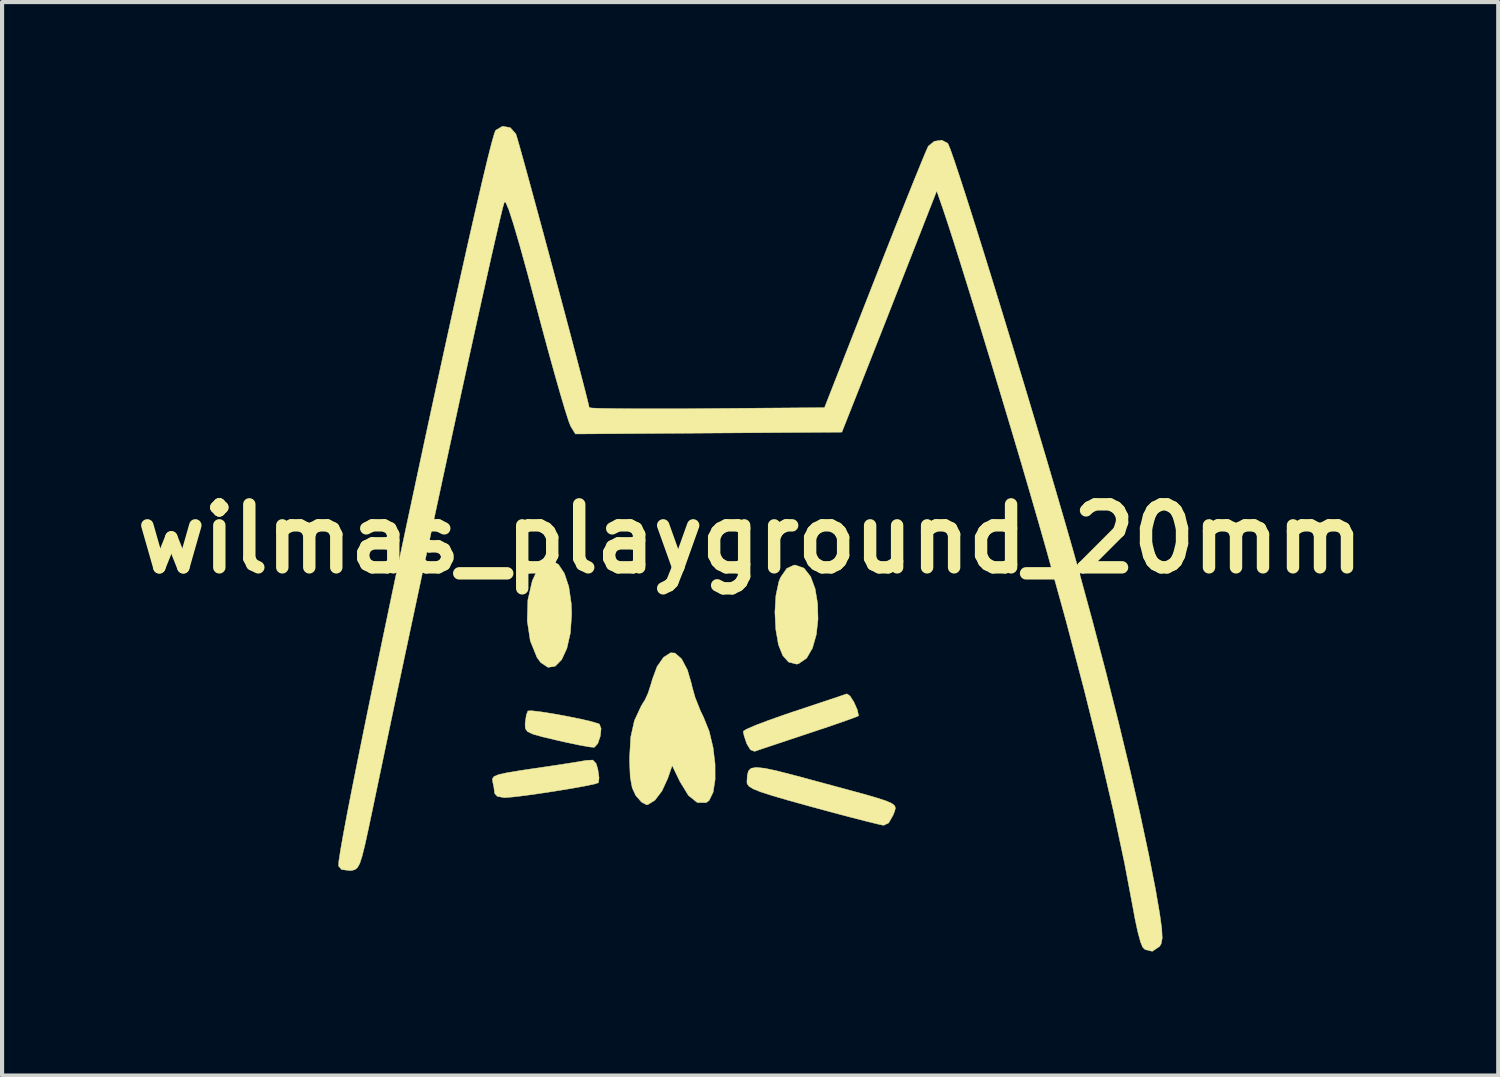
<source format=kicad_pcb>
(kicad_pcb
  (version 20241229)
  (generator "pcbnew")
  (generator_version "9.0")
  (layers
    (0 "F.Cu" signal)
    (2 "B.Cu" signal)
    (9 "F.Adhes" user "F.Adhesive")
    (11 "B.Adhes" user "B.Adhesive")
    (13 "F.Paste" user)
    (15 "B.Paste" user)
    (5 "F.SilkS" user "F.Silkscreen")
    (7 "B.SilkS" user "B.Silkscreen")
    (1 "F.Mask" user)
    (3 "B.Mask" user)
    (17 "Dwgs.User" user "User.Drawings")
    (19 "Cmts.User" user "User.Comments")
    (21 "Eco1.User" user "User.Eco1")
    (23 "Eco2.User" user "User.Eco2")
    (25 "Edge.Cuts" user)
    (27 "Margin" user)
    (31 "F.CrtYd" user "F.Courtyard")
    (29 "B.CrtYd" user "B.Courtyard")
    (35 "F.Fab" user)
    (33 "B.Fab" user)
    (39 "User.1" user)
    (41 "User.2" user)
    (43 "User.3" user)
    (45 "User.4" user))
  (footprint "wilmas_playground_20mm"
    (layer "F.Cu")
    (at 15.102 9.989)
    (property "Reference" "wilmas_playground_20mm" (at 0 0 0) (layer "F.SilkS") (effects (font (size 1.524 1.524) (thickness 0.3))))
    (attr through_hole)
    (fp_poly (pts (xy -4.639 0.619) (xy -4.496 0.834) (xy -4.388 1.157) (xy -4.328 1.573) (xy -4.319 1.82) (xy -4.35 2.278) (xy -4.435 2.651) (xy -4.561 2.924) (xy -4.717 3.082) (xy -4.89 3.11) (xy -5.068 2.993) (xy -5.158 2.87) (xy -5.321 2.467) (xy -5.394 1.983) (xy -5.379 1.479) (xy -5.273 1.018) (xy -5.16 0.774) (xy -4.983 0.574) (xy -4.806 0.527) (xy -4.639 0.619)) (stroke (width 0.01) (type solid)) (fill yes) (layer "F.SilkS"))
    (fp_poly (pts (xy 1.304 0.71) (xy 1.463 0.913) (xy 1.573 1.21) (xy 1.632 1.565) (xy 1.642 1.945) (xy 1.601 2.315) (xy 1.509 2.641) (xy 1.366 2.888) (xy 1.171 3.022) (xy 1.123 3.032) (xy 0.929 2.981) (xy 0.789 2.824) (xy 0.684 2.561) (xy 0.62 2.191) (xy 0.599 1.775) (xy 0.623 1.37) (xy 0.694 1.036) (xy 0.737 0.931) (xy 0.886 0.716) (xy 1.056 0.637) (xy 1.096 0.635) (xy 1.304 0.71)) (stroke (width 0.01) (type solid)) (fill yes) (layer "F.SilkS"))
    (fp_poly (pts (xy -5.063 4.186) (xy -4.767 4.232) (xy -4.437 4.292) (xy -4.116 4.357) (xy -3.848 4.419) (xy -3.676 4.47) (xy -3.647 4.483) (xy -3.607 4.592) (xy -3.626 4.774) (xy -3.686 4.951) (xy -3.77 5.045) (xy -3.772 5.045) (xy -3.885 5.035) (xy -4.122 4.993) (xy -4.443 4.926) (xy -4.657 4.878) (xy -5.025 4.791) (xy -5.259 4.725) (xy -5.387 4.664) (xy -5.439 4.592) (xy -5.446 4.493) (xy -5.444 4.452) (xy -5.416 4.262) (xy -5.378 4.164) (xy -5.281 4.16) (xy -5.063 4.186)) (stroke (width 0.01) (type solid)) (fill yes) (layer "F.SilkS"))
    (fp_poly (pts (xy 2.415 3.8) (xy 2.51 3.948) (xy 2.591 4.13) (xy 2.625 4.281) (xy 2.549 4.314) (xy 2.34 4.39) (xy 2.026 4.5) (xy 1.634 4.632) (xy 1.418 4.704) (xy 0.988 4.847) (xy 0.611 4.973) (xy 0.318 5.071) (xy 0.141 5.131) (xy 0.107 5.143) (xy 0.006 5.103) (xy -0.083 4.956) (xy -0.146 4.767) (xy -0.169 4.658) (xy -0.093 4.608) (xy 0.116 4.517) (xy 0.431 4.397) (xy 0.824 4.258) (xy 1.037 4.186) (xy 1.467 4.043) (xy 1.842 3.918) (xy 2.132 3.821) (xy 2.306 3.762) (xy 2.339 3.75) (xy 2.415 3.8)) (stroke (width 0.01) (type solid)) (fill yes) (layer "F.SilkS"))
    (fp_poly (pts (xy -3.725 5.439) (xy -3.684 5.585) (xy -3.656 5.784) (xy -3.671 5.9) (xy -3.673 5.902) (xy -3.772 5.934) (xy -4 5.981) (xy -4.32 6.039) (xy -4.692 6.1) (xy -5.078 6.159) (xy -5.44 6.21) (xy -5.739 6.246) (xy -5.938 6.262) (xy -5.948 6.263) (xy -6.119 6.231) (xy -6.182 6.16) (xy -6.204 5.993) (xy -6.229 5.882) (xy -6.238 5.808) (xy -6.2 5.752) (xy -6.09 5.705) (xy -5.882 5.659) (xy -5.55 5.604) (xy -5.233 5.557) (xy -4.811 5.495) (xy -4.431 5.437) (xy -4.136 5.39) (xy -3.967 5.361) (xy -3.807 5.352) (xy -3.725 5.439)) (stroke (width 0.01) (type solid)) (fill yes) (layer "F.SilkS"))
    (fp_poly (pts (xy 0.357 5.552) (xy 0.666 5.619) (xy 1.098 5.73) (xy 1.651 5.879) (xy 2.259 6.043) (xy 2.723 6.169) (xy 3.06 6.266) (xy 3.29 6.341) (xy 3.43 6.403) (xy 3.499 6.459) (xy 3.515 6.518) (xy 3.497 6.589) (xy 3.462 6.678) (xy 3.46 6.685) (xy 3.351 6.875) (xy 3.23 6.932) (xy 3.108 6.907) (xy 2.85 6.844) (xy 2.484 6.75) (xy 2.039 6.633) (xy 1.542 6.498) (xy 1.504 6.488) (xy 0.951 6.335) (xy 0.542 6.216) (xy 0.256 6.124) (xy 0.072 6.05) (xy -0.031 5.986) (xy -0.073 5.925) (xy -0.078 5.884) (xy -0.07 5.729) (xy -0.043 5.618) (xy 0.023 5.552) (xy 0.149 5.53) (xy 0.357 5.552)) (stroke (width 0.01) (type solid)) (fill yes) (layer "F.SilkS"))
    (fp_poly (pts (xy -1.819 2.764) (xy -1.66 2.903) (xy -1.518 3.171) (xy -1.414 3.527) (xy -1.405 3.577) (xy -1.331 3.839) (xy -1.206 4.154) (xy -1.128 4.316) (xy -0.99 4.66) (xy -0.897 5.051) (xy -0.849 5.451) (xy -0.848 5.823) (xy -0.895 6.129) (xy -0.992 6.33) (xy -1.064 6.383) (xy -1.279 6.381) (xy -1.491 6.212) (xy -1.697 5.877) (xy -1.697 5.877) (xy -1.887 5.485) (xy -1.994 5.796) (xy -2.134 6.101) (xy -2.305 6.325) (xy -2.476 6.431) (xy -2.509 6.435) (xy -2.629 6.37) (xy -2.766 6.213) (xy -2.771 6.206) (xy -2.855 6.022) (xy -2.902 5.765) (xy -2.918 5.393) (xy -2.918 5.295) (xy -2.89 4.797) (xy -2.801 4.398) (xy -2.633 4.038) (xy -2.544 3.895) (xy -2.471 3.736) (xy -2.392 3.492) (xy -2.368 3.403) (xy -2.252 3.09) (xy -2.095 2.865) (xy -1.924 2.757) (xy -1.819 2.764)) (stroke (width 0.01) (type solid)) (fill yes) (layer "F.SilkS"))
    (fp_poly (pts (xy -5.805 -9.951) (xy -5.67 -9.8) (xy -5.635 -9.689) (xy -5.563 -9.437) (xy -5.46 -9.067) (xy -5.332 -8.6) (xy -5.184 -8.056) (xy -5.022 -7.459) (xy -4.852 -6.828) (xy -4.68 -6.186) (xy -4.511 -5.555) (xy -4.352 -4.955) (xy -4.208 -4.408) (xy -4.084 -3.935) (xy -3.987 -3.559) (xy -3.922 -3.3) (xy -3.895 -3.18) (xy -3.895 -3.175) (xy -3.813 -3.165) (xy -3.582 -3.157) (xy -3.221 -3.152) (xy -2.749 -3.148) (xy -2.185 -3.148) (xy -1.551 -3.149) (xy -1.048 -3.153) (xy 1.799 -3.175) (xy 3.01 -6.265) (xy 3.28 -6.953) (xy 3.534 -7.596) (xy 3.765 -8.174) (xy 3.964 -8.671) (xy 4.126 -9.068) (xy 4.242 -9.348) (xy 4.306 -9.492) (xy 4.312 -9.504) (xy 4.457 -9.621) (xy 4.639 -9.647) (xy 4.78 -9.573) (xy 4.786 -9.564) (xy 4.841 -9.434) (xy 4.938 -9.158) (xy 5.073 -8.752) (xy 5.241 -8.233) (xy 5.437 -7.617) (xy 5.655 -6.921) (xy 5.891 -6.16) (xy 6.139 -5.352) (xy 6.395 -4.512) (xy 6.654 -3.657) (xy 6.91 -2.803) (xy 7.159 -1.967) (xy 7.395 -1.165) (xy 7.614 -0.414) (xy 7.811 0.271) (xy 7.949 0.762) (xy 8.287 2.002) (xy 8.61 3.233) (xy 8.912 4.434) (xy 9.189 5.582) (xy 9.434 6.654) (xy 9.642 7.628) (xy 9.809 8.482) (xy 9.911 9.079) (xy 9.96 9.434) (xy 9.971 9.662) (xy 9.944 9.802) (xy 9.907 9.862) (xy 9.731 9.981) (xy 9.556 9.938) (xy 9.499 9.883) (xy 9.447 9.757) (xy 9.379 9.506) (xy 9.308 9.173) (xy 9.272 8.973) (xy 9.059 7.845) (xy 8.788 6.572) (xy 8.46 5.165) (xy 8.079 3.638) (xy 7.648 2.001) (xy 7.169 0.268) (xy 6.984 -0.381) (xy 6.787 -1.061) (xy 6.566 -1.816) (xy 6.326 -2.624) (xy 6.075 -3.459) (xy 5.822 -4.297) (xy 5.573 -5.113) (xy 5.335 -5.883) (xy 5.117 -6.583) (xy 4.926 -7.189) (xy 4.769 -7.675) (xy 4.675 -7.956) (xy 4.515 -8.419) (xy 3.77 -6.517) (xy 3.531 -5.909) (xy 3.287 -5.286) (xy 3.051 -4.687) (xy 2.84 -4.152) (xy 2.67 -3.72) (xy 2.622 -3.598) (xy 2.219 -2.582) (xy -1.004 -2.56) (xy -4.228 -2.538) (xy -4.345 -2.729) (xy -4.394 -2.856) (xy -4.48 -3.125) (xy -4.596 -3.516) (xy -4.736 -4.008) (xy -4.895 -4.581) (xy -5.065 -5.212) (xy -5.172 -5.614) (xy -5.394 -6.446) (xy -5.579 -7.114) (xy -5.727 -7.617) (xy -5.837 -7.957) (xy -5.911 -8.134) (xy -5.946 -8.154) (xy -5.983 -8.027) (xy -6.051 -7.747) (xy -6.149 -7.327) (xy -6.274 -6.779) (xy -6.422 -6.115) (xy -6.592 -5.349) (xy -6.78 -4.493) (xy -6.984 -3.56) (xy -7.201 -2.562) (xy -7.428 -1.512) (xy -7.662 -0.422) (xy -7.902 0.694) (xy -8.143 1.825) (xy -8.384 2.957) (xy -8.621 4.078) (xy -8.851 5.176) (xy -9.073 6.237) (xy -9.123 6.477) (xy -9.236 7.014) (xy -9.322 7.407) (xy -9.39 7.68) (xy -9.447 7.856) (xy -9.503 7.956) (xy -9.565 8.005) (xy -9.641 8.024) (xy -9.674 8.028) (xy -9.886 8.002) (xy -9.96 7.917) (xy -9.954 7.806) (xy -9.914 7.542) (xy -9.843 7.14) (xy -9.744 6.612) (xy -9.619 5.973) (xy -9.471 5.234) (xy -9.304 4.41) (xy -9.12 3.514) (xy -8.922 2.559) (xy -8.713 1.558) (xy -8.496 0.525) (xy -8.272 -0.528) (xy -8.046 -1.585) (xy -7.821 -2.636) (xy -7.598 -3.665) (xy -7.381 -4.661) (xy -7.172 -5.608) (xy -6.975 -6.496) (xy -6.793 -7.309) (xy -6.627 -8.034) (xy -6.482 -8.659) (xy -6.359 -9.171) (xy -6.262 -9.555) (xy -6.193 -9.798) (xy -6.16 -9.885) (xy -5.992 -9.984) (xy -5.805 -9.951)) (stroke (width 0.01) (type solid)) (fill yes) (layer "F.SilkS")))
  (gr_rect
    (start -3 -3)
    (end 33.204 22.975)
    (stroke (width 0.1) (type default))
    (fill no)
    (layer "Edge.Cuts")))
</source>
